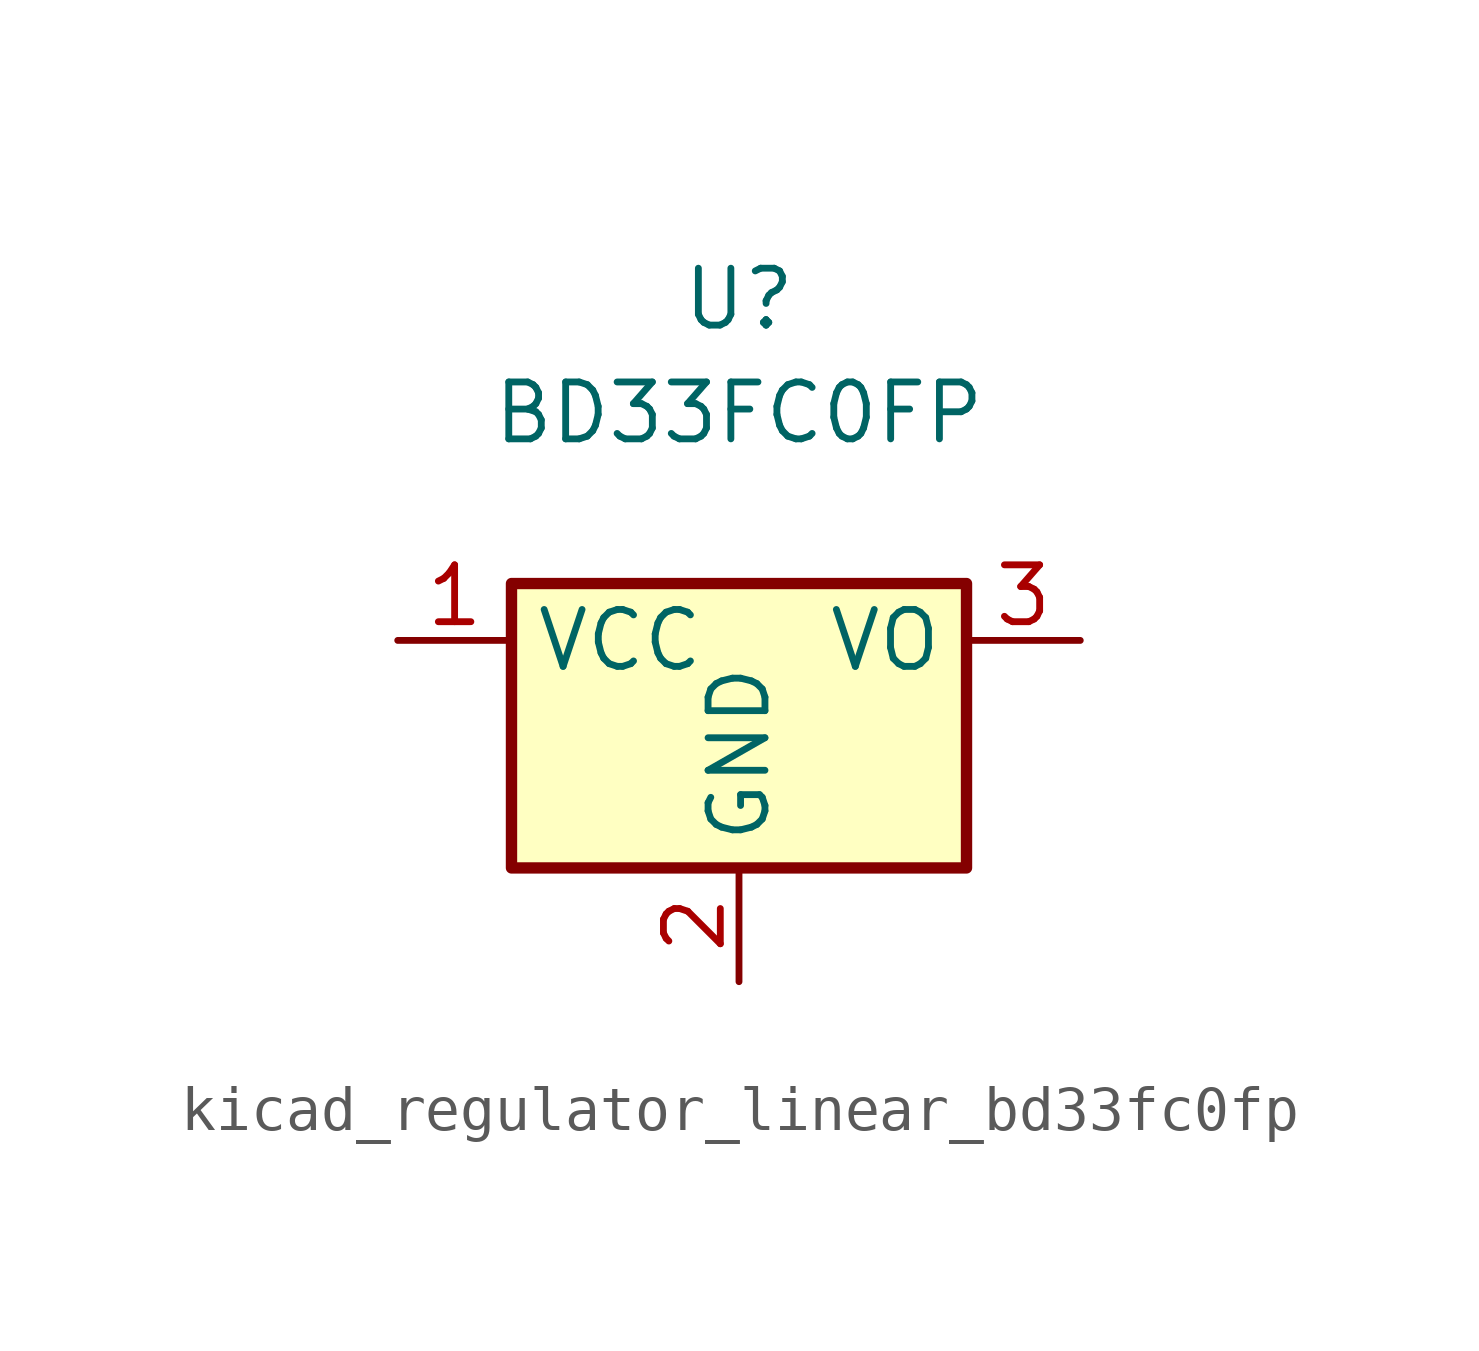
<source format=kicad_sym>
(kicad_symbol_lib
  (version 20220914)
  (generator kicad_symbol_editor)
  (symbol "kicad_regulator_linear_bd33fc0fp"
    (property "Reference" "U"
      (at 0 7.62 0)
      (effects (font (size 1.27 1.27))))
    (property "Value" "BD33FC0FP"
      (at 0 5.08 0)
      (effects (font (size 1.27 1.27))))
    (symbol "kicad_regulator_linear_bd33fc0fp_1_1"
      (rectangle (start -5.08 -5.08) (end 5.08 1.27) (stroke (width 0.254) (type default)) (fill (type background)))
      (pin power_in line (at -7.62 0 0) (length 2.54) (name "VCC" (effects (font (size 1.27 1.27)))) (number "1" (effects (font (size 1.27 1.27)))))
      (pin power_in line (at 0 -7.62 90) (length 2.54) (name "GND" (effects (font (size 1.27 1.27)))) (number "2" (effects (font (size 1.27 1.27)))))
      (pin power_out line (at 7.62 0 180) (length 2.54) (name "VO" (effects (font (size 1.27 1.27)))) (number "3" (effects (font (size 1.27 1.27))))))))
</source>
